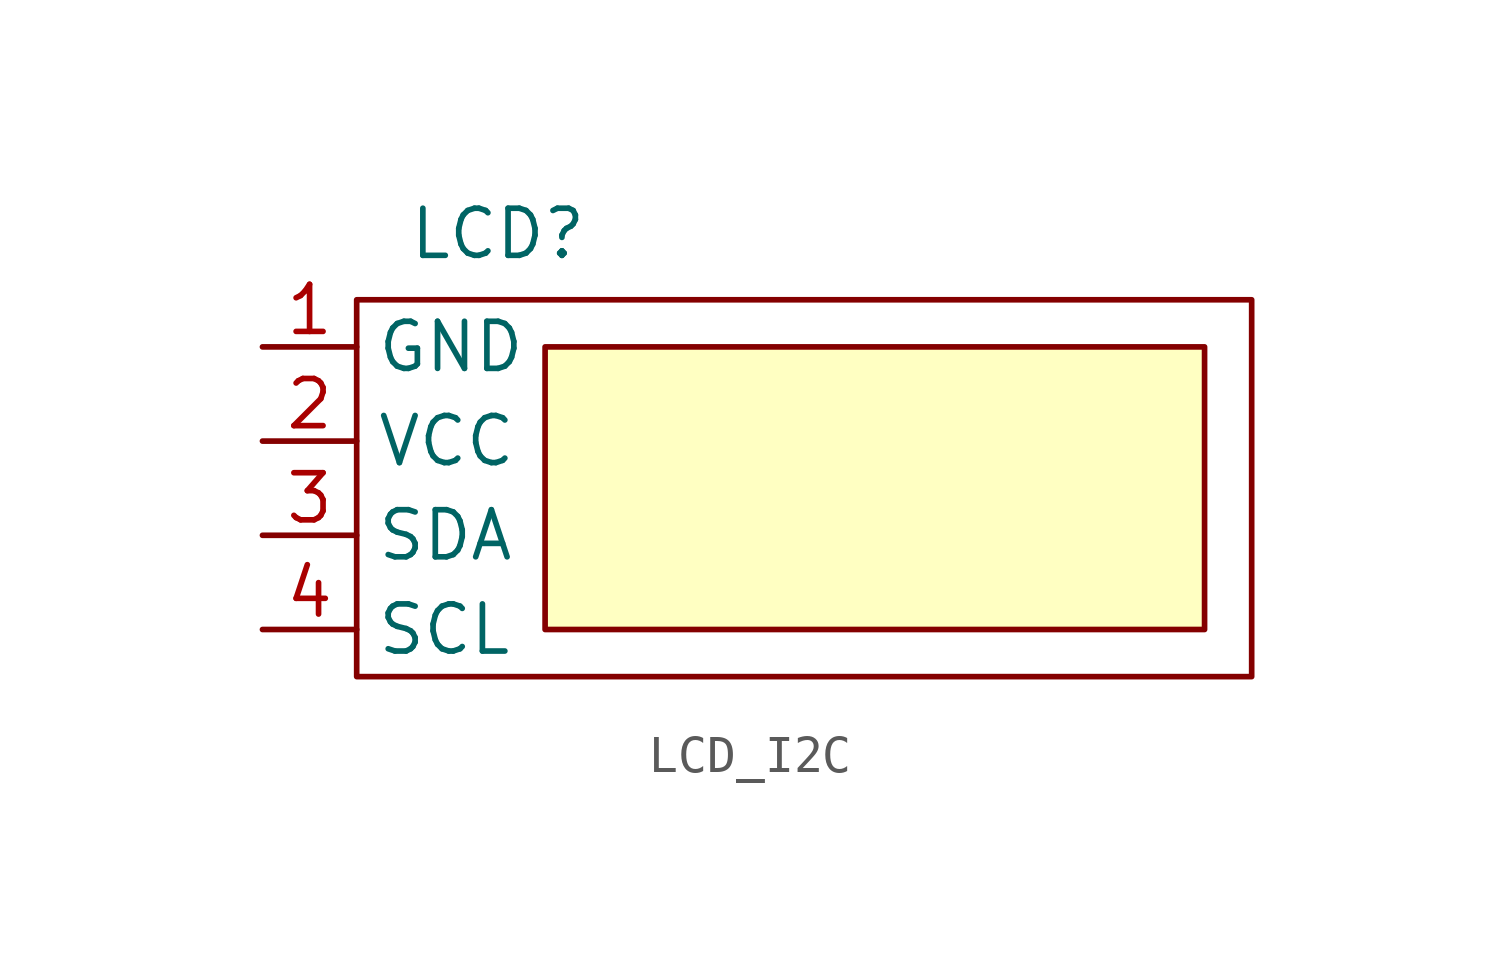
<source format=kicad_sym>
(kicad_symbol_lib
  (version 20231120)
  (generator "kicad_symbol_editor")
  (generator_version "8.0")
  (symbol "LCD_I2C"
    (property "Reference" "LCD"
      (at 3.81 3.048 0)
      (effects (font (size 1.27 1.27))))
    (property "Value" ""
      (at 3.81 0 0)
      (effects (font (size 1.27 1.27))))
    (symbol "LCD_I2C_0_1"
      (rectangle (start 0 1.27) (end 24.13 -8.89) (stroke (width 0) (type default)) (fill (type none))))
    (symbol "LCD_I2C_1_1"
      (rectangle (start 5.08 0) (end 22.86 -7.62) (stroke (width 0) (type default)) (fill (type background)))
      (pin input line (at -2.54 0 0) (length 2.54) (name "GND" (effects (font (size 1.27 1.27)))) (number "1" (effects (font (size 1.27 1.27)))))
      (pin input line (at -2.54 -2.54 0) (length 2.54) (name "VCC" (effects (font (size 1.27 1.27)))) (number "2" (effects (font (size 1.27 1.27)))))
      (pin bidirectional line (at -2.54 -5.08 0) (length 2.54) (name "SDA" (effects (font (size 1.27 1.27)))) (number "3" (effects (font (size 1.27 1.27)))))
      (pin bidirectional line (at -2.54 -7.62 0) (length 2.54) (name "SCL" (effects (font (size 1.27 1.27)))) (number "4" (effects (font (size 1.27 1.27))))))))
</source>
